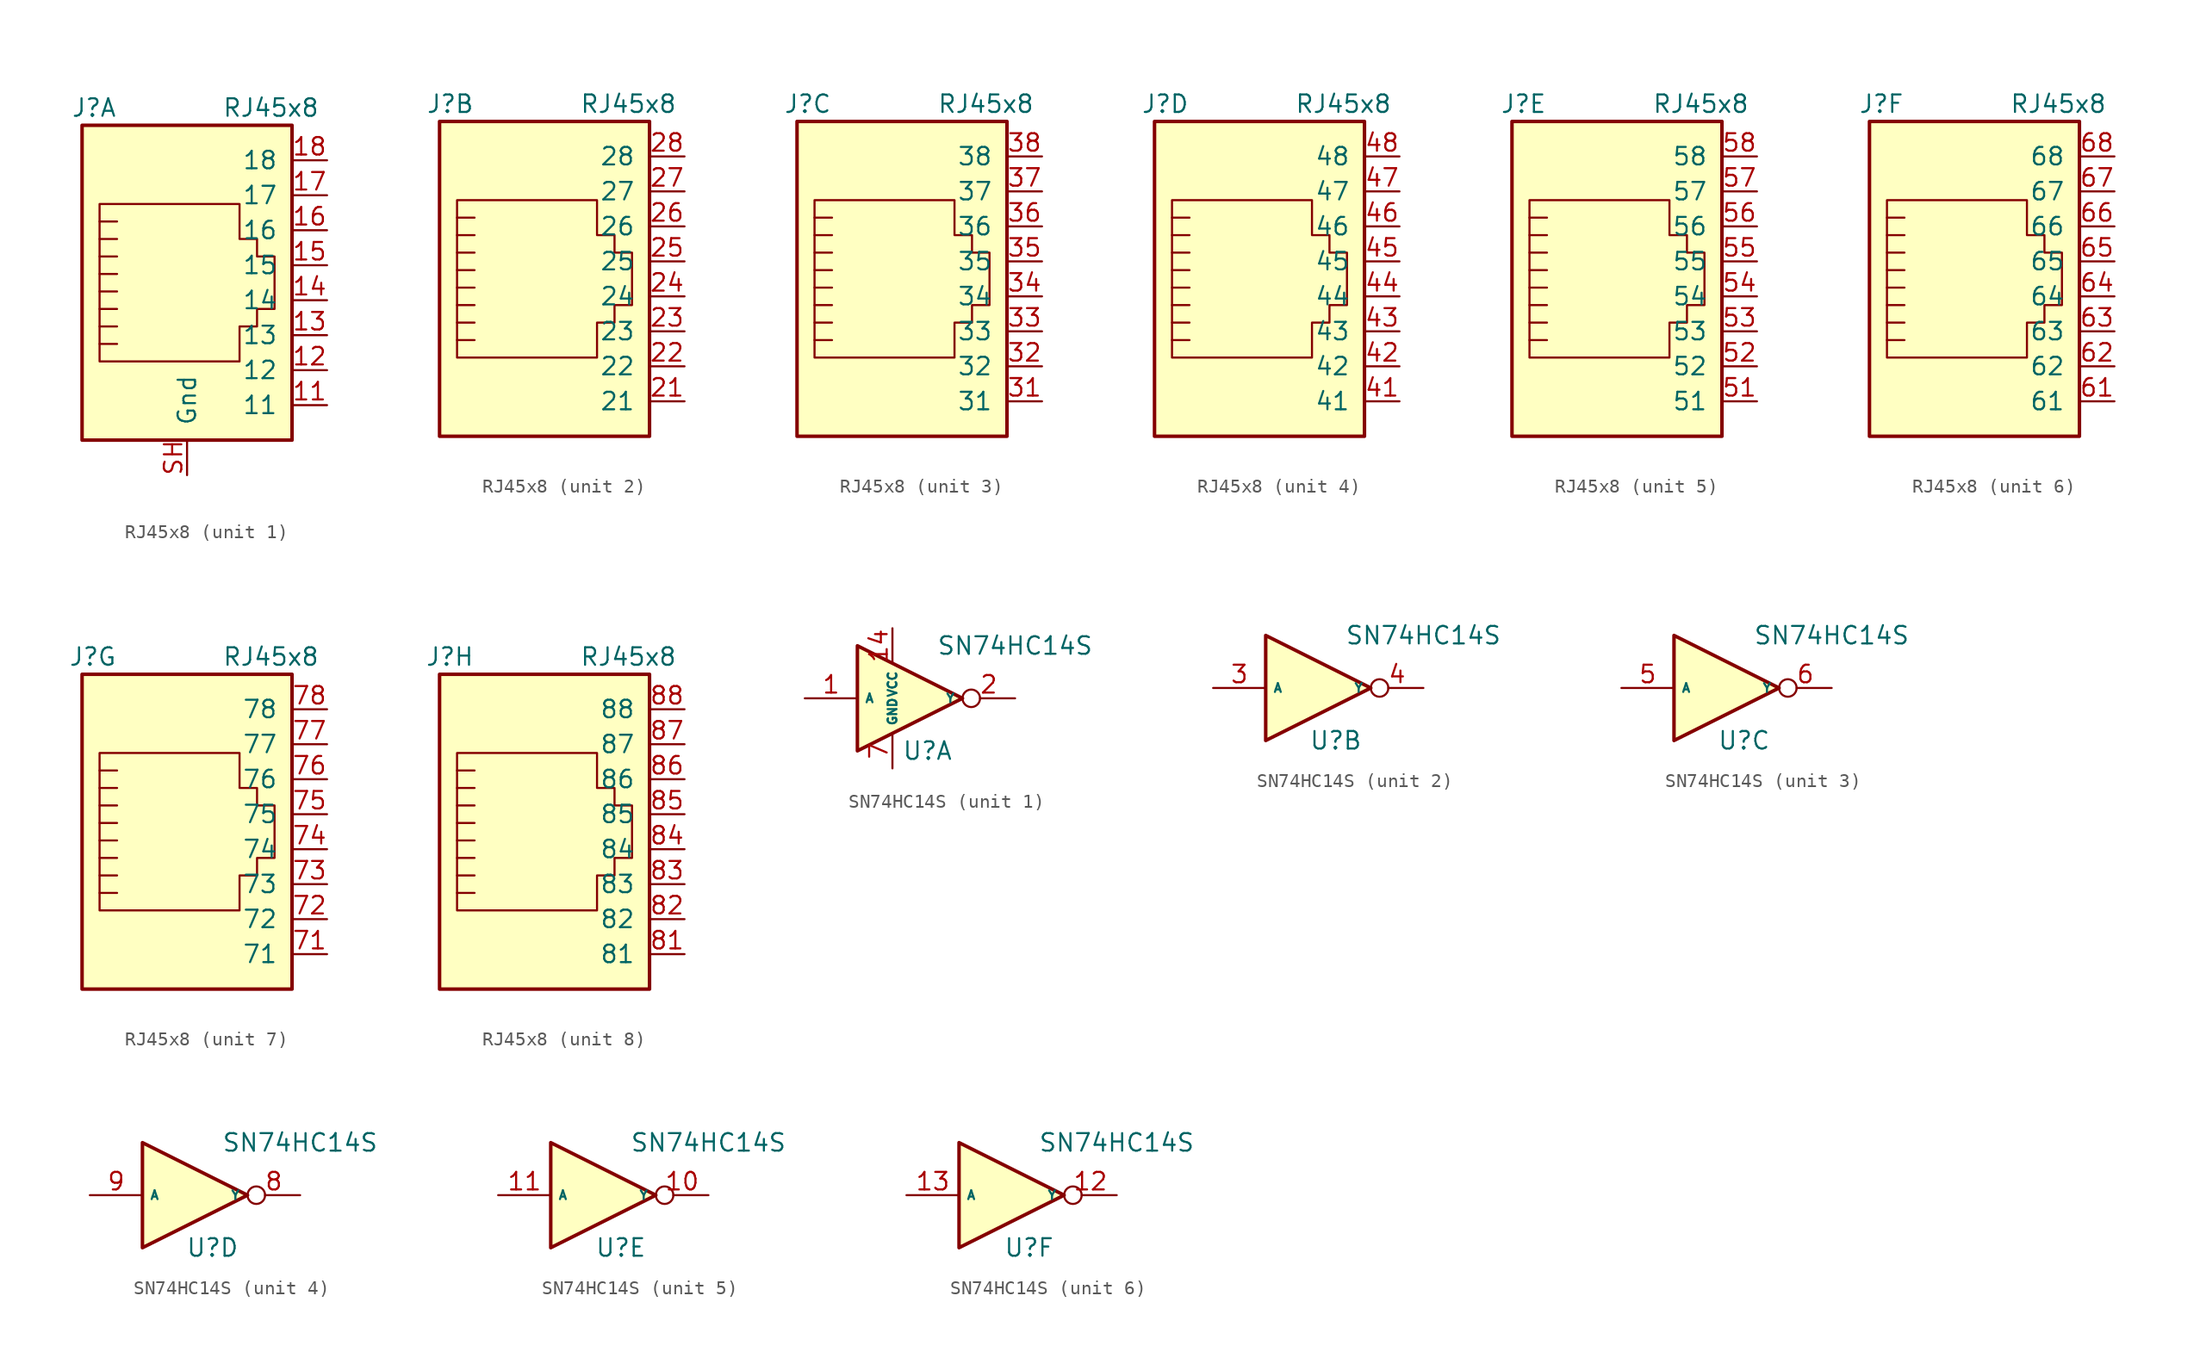
<source format=kicad_sym>
(kicad_symbol_lib
  (version 20220914)
  (generator kicad_symbol_editor)
  (symbol "RJ45x8"
    (pin_names
      (offset 1.016))
    (property "Reference" "J"
      (at -5.08 13.97 0)
      (effects (font (size 1.27 1.27)) (justify right)))
    (property "Value" "RJ45x8"
      (at 2.54 13.97 0)
      (effects (font (size 1.27 1.27)) (justify left)))
    (symbol "RJ45x8_0_1"
      (polyline (pts (xy -5.08 4.445) (xy -6.35 4.445)) (stroke (width 0) (type solid)) (fill (type none)))
      (polyline (pts (xy -5.08 5.715) (xy -6.35 5.715)) (stroke (width 0) (type solid)) (fill (type none)))
      (polyline (pts (xy -6.35 -3.175) (xy -5.08 -3.175) (xy -5.08 -3.175)) (stroke (width 0) (type solid)) (fill (type none)))
      (polyline (pts (xy -6.35 -1.905) (xy -5.08 -1.905) (xy -5.08 -1.905)) (stroke (width 0) (type solid)) (fill (type none)))
      (polyline (pts (xy -6.35 -0.635) (xy -5.08 -0.635) (xy -5.08 -0.635)) (stroke (width 0) (type solid)) (fill (type none)))
      (polyline (pts (xy -6.35 0.635) (xy -5.08 0.635) (xy -5.08 0.635)) (stroke (width 0) (type solid)) (fill (type none)))
      (polyline (pts (xy -6.35 1.905) (xy -5.08 1.905) (xy -5.08 1.905)) (stroke (width 0) (type solid)) (fill (type none)))
      (polyline (pts (xy -5.08 3.175) (xy -6.35 3.175) (xy -6.35 3.175)) (stroke (width 0) (type solid)) (fill (type none)))
      (polyline (pts (xy -6.35 -4.445) (xy -6.35 6.985) (xy 3.81 6.985) (xy 3.81 4.445) (xy 5.08 4.445) (xy 5.08 3.175) (xy 6.35 3.175) (xy 6.35 -0.635) (xy 5.08 -0.635) (xy 5.08 -1.905) (xy 3.81 -1.905) (xy 3.81 -4.445) (xy -6.35 -4.445) (xy -6.35 -4.445)) (stroke (width 0) (type solid)) (fill (type none)))
      (rectangle (start 7.62 12.7) (end -7.62 -10.16) (stroke (width 0.254) (type solid)) (fill (type background))))
    (symbol "RJ45x8_1_1"
      (pin passive line (at 10.16 -7.62 180) (length 2.54) (name "11" (effects (font (size 1.27 1.27)))) (number "11" (effects (font (size 1.27 1.27)))))
      (pin passive line (at 10.16 -5.08 180) (length 2.54) (name "12" (effects (font (size 1.27 1.27)))) (number "12" (effects (font (size 1.27 1.27)))))
      (pin passive line (at 10.16 -2.54 180) (length 2.54) (name "13" (effects (font (size 1.27 1.27)))) (number "13" (effects (font (size 1.27 1.27)))))
      (pin passive line (at 10.16 0 180) (length 2.54) (name "14" (effects (font (size 1.27 1.27)))) (number "14" (effects (font (size 1.27 1.27)))))
      (pin passive line (at 10.16 2.54 180) (length 2.54) (name "15" (effects (font (size 1.27 1.27)))) (number "15" (effects (font (size 1.27 1.27)))))
      (pin passive line (at 10.16 5.08 180) (length 2.54) (name "16" (effects (font (size 1.27 1.27)))) (number "16" (effects (font (size 1.27 1.27)))))
      (pin passive line (at 10.16 7.62 180) (length 2.54) (name "17" (effects (font (size 1.27 1.27)))) (number "17" (effects (font (size 1.27 1.27)))))
      (pin passive line (at 10.16 10.16 180) (length 2.54) (name "18" (effects (font (size 1.27 1.27)))) (number "18" (effects (font (size 1.27 1.27)))))
      (pin input line (at 0 -12.7 90) (length 2.54) (name "Gnd" (effects (font (size 1.27 1.27)))) (number "SH" (effects (font (size 1.27 1.27))))))
    (symbol "RJ45x8_2_1"
      (pin passive line (at 10.16 -7.62 180) (length 2.54) (name "21" (effects (font (size 1.27 1.27)))) (number "21" (effects (font (size 1.27 1.27)))))
      (pin passive line (at 10.16 -5.08 180) (length 2.54) (name "22" (effects (font (size 1.27 1.27)))) (number "22" (effects (font (size 1.27 1.27)))))
      (pin passive line (at 10.16 -2.54 180) (length 2.54) (name "23" (effects (font (size 1.27 1.27)))) (number "23" (effects (font (size 1.27 1.27)))))
      (pin passive line (at 10.16 0 180) (length 2.54) (name "24" (effects (font (size 1.27 1.27)))) (number "24" (effects (font (size 1.27 1.27)))))
      (pin passive line (at 10.16 2.54 180) (length 2.54) (name "25" (effects (font (size 1.27 1.27)))) (number "25" (effects (font (size 1.27 1.27)))))
      (pin passive line (at 10.16 5.08 180) (length 2.54) (name "26" (effects (font (size 1.27 1.27)))) (number "26" (effects (font (size 1.27 1.27)))))
      (pin passive line (at 10.16 7.62 180) (length 2.54) (name "27" (effects (font (size 1.27 1.27)))) (number "27" (effects (font (size 1.27 1.27)))))
      (pin passive line (at 10.16 10.16 180) (length 2.54) (name "28" (effects (font (size 1.27 1.27)))) (number "28" (effects (font (size 1.27 1.27))))))
    (symbol "RJ45x8_3_1"
      (pin passive line (at 10.16 -7.62 180) (length 2.54) (name "31" (effects (font (size 1.27 1.27)))) (number "31" (effects (font (size 1.27 1.27)))))
      (pin passive line (at 10.16 -5.08 180) (length 2.54) (name "32" (effects (font (size 1.27 1.27)))) (number "32" (effects (font (size 1.27 1.27)))))
      (pin passive line (at 10.16 -2.54 180) (length 2.54) (name "33" (effects (font (size 1.27 1.27)))) (number "33" (effects (font (size 1.27 1.27)))))
      (pin passive line (at 10.16 0 180) (length 2.54) (name "34" (effects (font (size 1.27 1.27)))) (number "34" (effects (font (size 1.27 1.27)))))
      (pin passive line (at 10.16 2.54 180) (length 2.54) (name "35" (effects (font (size 1.27 1.27)))) (number "35" (effects (font (size 1.27 1.27)))))
      (pin passive line (at 10.16 5.08 180) (length 2.54) (name "36" (effects (font (size 1.27 1.27)))) (number "36" (effects (font (size 1.27 1.27)))))
      (pin passive line (at 10.16 7.62 180) (length 2.54) (name "37" (effects (font (size 1.27 1.27)))) (number "37" (effects (font (size 1.27 1.27)))))
      (pin passive line (at 10.16 10.16 180) (length 2.54) (name "38" (effects (font (size 1.27 1.27)))) (number "38" (effects (font (size 1.27 1.27))))))
    (symbol "RJ45x8_4_1"
      (pin passive line (at 10.16 -7.62 180) (length 2.54) (name "41" (effects (font (size 1.27 1.27)))) (number "41" (effects (font (size 1.27 1.27)))))
      (pin passive line (at 10.16 -5.08 180) (length 2.54) (name "42" (effects (font (size 1.27 1.27)))) (number "42" (effects (font (size 1.27 1.27)))))
      (pin passive line (at 10.16 -2.54 180) (length 2.54) (name "43" (effects (font (size 1.27 1.27)))) (number "43" (effects (font (size 1.27 1.27)))))
      (pin passive line (at 10.16 0 180) (length 2.54) (name "44" (effects (font (size 1.27 1.27)))) (number "44" (effects (font (size 1.27 1.27)))))
      (pin passive line (at 10.16 2.54 180) (length 2.54) (name "45" (effects (font (size 1.27 1.27)))) (number "45" (effects (font (size 1.27 1.27)))))
      (pin passive line (at 10.16 5.08 180) (length 2.54) (name "46" (effects (font (size 1.27 1.27)))) (number "46" (effects (font (size 1.27 1.27)))))
      (pin passive line (at 10.16 7.62 180) (length 2.54) (name "47" (effects (font (size 1.27 1.27)))) (number "47" (effects (font (size 1.27 1.27)))))
      (pin passive line (at 10.16 10.16 180) (length 2.54) (name "48" (effects (font (size 1.27 1.27)))) (number "48" (effects (font (size 1.27 1.27))))))
    (symbol "RJ45x8_5_1"
      (pin passive line (at 10.16 -7.62 180) (length 2.54) (name "51" (effects (font (size 1.27 1.27)))) (number "51" (effects (font (size 1.27 1.27)))))
      (pin passive line (at 10.16 -5.08 180) (length 2.54) (name "52" (effects (font (size 1.27 1.27)))) (number "52" (effects (font (size 1.27 1.27)))))
      (pin passive line (at 10.16 -2.54 180) (length 2.54) (name "53" (effects (font (size 1.27 1.27)))) (number "53" (effects (font (size 1.27 1.27)))))
      (pin passive line (at 10.16 0 180) (length 2.54) (name "54" (effects (font (size 1.27 1.27)))) (number "54" (effects (font (size 1.27 1.27)))))
      (pin passive line (at 10.16 2.54 180) (length 2.54) (name "55" (effects (font (size 1.27 1.27)))) (number "55" (effects (font (size 1.27 1.27)))))
      (pin passive line (at 10.16 5.08 180) (length 2.54) (name "56" (effects (font (size 1.27 1.27)))) (number "56" (effects (font (size 1.27 1.27)))))
      (pin passive line (at 10.16 7.62 180) (length 2.54) (name "57" (effects (font (size 1.27 1.27)))) (number "57" (effects (font (size 1.27 1.27)))))
      (pin passive line (at 10.16 10.16 180) (length 2.54) (name "58" (effects (font (size 1.27 1.27)))) (number "58" (effects (font (size 1.27 1.27))))))
    (symbol "RJ45x8_6_1"
      (pin passive line (at 10.16 -7.62 180) (length 2.54) (name "61" (effects (font (size 1.27 1.27)))) (number "61" (effects (font (size 1.27 1.27)))))
      (pin passive line (at 10.16 -5.08 180) (length 2.54) (name "62" (effects (font (size 1.27 1.27)))) (number "62" (effects (font (size 1.27 1.27)))))
      (pin passive line (at 10.16 -2.54 180) (length 2.54) (name "63" (effects (font (size 1.27 1.27)))) (number "63" (effects (font (size 1.27 1.27)))))
      (pin passive line (at 10.16 0 180) (length 2.54) (name "64" (effects (font (size 1.27 1.27)))) (number "64" (effects (font (size 1.27 1.27)))))
      (pin passive line (at 10.16 2.54 180) (length 2.54) (name "65" (effects (font (size 1.27 1.27)))) (number "65" (effects (font (size 1.27 1.27)))))
      (pin passive line (at 10.16 5.08 180) (length 2.54) (name "66" (effects (font (size 1.27 1.27)))) (number "66" (effects (font (size 1.27 1.27)))))
      (pin passive line (at 10.16 7.62 180) (length 2.54) (name "67" (effects (font (size 1.27 1.27)))) (number "67" (effects (font (size 1.27 1.27)))))
      (pin passive line (at 10.16 10.16 180) (length 2.54) (name "68" (effects (font (size 1.27 1.27)))) (number "68" (effects (font (size 1.27 1.27))))))
    (symbol "RJ45x8_7_1"
      (pin passive line (at 10.16 -7.62 180) (length 2.54) (name "71" (effects (font (size 1.27 1.27)))) (number "71" (effects (font (size 1.27 1.27)))))
      (pin passive line (at 10.16 -5.08 180) (length 2.54) (name "72" (effects (font (size 1.27 1.27)))) (number "72" (effects (font (size 1.27 1.27)))))
      (pin passive line (at 10.16 -2.54 180) (length 2.54) (name "73" (effects (font (size 1.27 1.27)))) (number "73" (effects (font (size 1.27 1.27)))))
      (pin passive line (at 10.16 0 180) (length 2.54) (name "74" (effects (font (size 1.27 1.27)))) (number "74" (effects (font (size 1.27 1.27)))))
      (pin passive line (at 10.16 2.54 180) (length 2.54) (name "75" (effects (font (size 1.27 1.27)))) (number "75" (effects (font (size 1.27 1.27)))))
      (pin passive line (at 10.16 5.08 180) (length 2.54) (name "76" (effects (font (size 1.27 1.27)))) (number "76" (effects (font (size 1.27 1.27)))))
      (pin passive line (at 10.16 7.62 180) (length 2.54) (name "77" (effects (font (size 1.27 1.27)))) (number "77" (effects (font (size 1.27 1.27)))))
      (pin passive line (at 10.16 10.16 180) (length 2.54) (name "78" (effects (font (size 1.27 1.27)))) (number "78" (effects (font (size 1.27 1.27))))))
    (symbol "RJ45x8_8_1"
      (pin passive line (at 10.16 -7.62 180) (length 2.54) (name "81" (effects (font (size 1.27 1.27)))) (number "81" (effects (font (size 1.27 1.27)))))
      (pin passive line (at 10.16 -5.08 180) (length 2.54) (name "82" (effects (font (size 1.27 1.27)))) (number "82" (effects (font (size 1.27 1.27)))))
      (pin passive line (at 10.16 -2.54 180) (length 2.54) (name "83" (effects (font (size 1.27 1.27)))) (number "83" (effects (font (size 1.27 1.27)))))
      (pin passive line (at 10.16 0 180) (length 2.54) (name "84" (effects (font (size 1.27 1.27)))) (number "84" (effects (font (size 1.27 1.27)))))
      (pin passive line (at 10.16 2.54 180) (length 2.54) (name "85" (effects (font (size 1.27 1.27)))) (number "85" (effects (font (size 1.27 1.27)))))
      (pin passive line (at 10.16 5.08 180) (length 2.54) (name "86" (effects (font (size 1.27 1.27)))) (number "86" (effects (font (size 1.27 1.27)))))
      (pin passive line (at 10.16 7.62 180) (length 2.54) (name "87" (effects (font (size 1.27 1.27)))) (number "87" (effects (font (size 1.27 1.27)))))
      (pin passive line (at 10.16 10.16 180) (length 2.54) (name "88" (effects (font (size 1.27 1.27)))) (number "88" (effects (font (size 1.27 1.27)))))))
  (symbol "SN74HC14S"
    (property "Reference" "U"
      (at 1.27 -3.81 0)
      (effects (font (size 1.27 1.27))))
    (property "Value" "SN74HC14S"
      (at 7.62 3.81 0)
      (effects (font (size 1.27 1.27))))
    (property "ki_locked" ""
      (at 0 0 0)
      (effects (font (size 1.27 1.27))))
    (symbol "SN74HC14S_1_0"
      (polyline (pts (xy -3.81 3.81) (xy -3.81 -3.81) (xy 3.81 0) (xy -3.81 3.81)) (stroke (width 0.254) (type solid)) (fill (type background)))
      (pin input line (at -7.62 0 0) (length 3.81) (name "A" (effects (font (size 0.635 0.635)))) (number "1" (effects (font (size 1.27 1.27)))))
      (pin output inverted (at 7.62 0 180) (length 3.81) (name "Y" (effects (font (size 0.635 0.635)))) (number "2" (effects (font (size 1.27 1.27))))))
    (symbol "SN74HC14S_1_1"
      (pin power_in line (at -1.27 5.08 270) (length 2.54) (name "VCC" (effects (font (size 0.635 0.635)))) (number "14" (effects (font (size 1.27 1.27)))))
      (pin power_in line (at -1.27 -5.08 90) (length 2.54) (name "GND" (effects (font (size 0.635 0.635)))) (number "7" (effects (font (size 1.27 1.27))))))
    (symbol "SN74HC14S_2_0"
      (polyline (pts (xy -3.81 3.81) (xy -3.81 -3.81) (xy 3.81 0) (xy -3.81 3.81)) (stroke (width 0.254) (type solid)) (fill (type background)))
      (pin input line (at -7.62 0 0) (length 3.81) (name "A" (effects (font (size 0.635 0.635)))) (number "3" (effects (font (size 1.27 1.27)))))
      (pin output inverted (at 7.62 0 180) (length 3.81) (name "Y" (effects (font (size 0.635 0.635)))) (number "4" (effects (font (size 1.27 1.27))))))
    (symbol "SN74HC14S_3_0"
      (polyline (pts (xy -3.81 3.81) (xy -3.81 -3.81) (xy 3.81 0) (xy -3.81 3.81)) (stroke (width 0.254) (type solid)) (fill (type background)))
      (pin input line (at -7.62 0 0) (length 3.81) (name "A" (effects (font (size 0.635 0.635)))) (number "5" (effects (font (size 1.27 1.27)))))
      (pin output inverted (at 7.62 0 180) (length 3.81) (name "Y" (effects (font (size 0.635 0.635)))) (number "6" (effects (font (size 1.27 1.27))))))
    (symbol "SN74HC14S_4_0"
      (polyline (pts (xy -3.81 3.81) (xy -3.81 -3.81) (xy 3.81 0) (xy -3.81 3.81)) (stroke (width 0.254) (type solid)) (fill (type background)))
      (pin output inverted (at 7.62 0 180) (length 3.81) (name "Y" (effects (font (size 0.635 0.635)))) (number "8" (effects (font (size 1.27 1.27)))))
      (pin input line (at -7.62 0 0) (length 3.81) (name "A" (effects (font (size 0.635 0.635)))) (number "9" (effects (font (size 1.27 1.27))))))
    (symbol "SN74HC14S_5_0"
      (polyline (pts (xy -3.81 3.81) (xy -3.81 -3.81) (xy 3.81 0) (xy -3.81 3.81)) (stroke (width 0.254) (type solid)) (fill (type background)))
      (pin output inverted (at 7.62 0 180) (length 3.81) (name "Y" (effects (font (size 0.635 0.635)))) (number "10" (effects (font (size 1.27 1.27)))))
      (pin input line (at -7.62 0 0) (length 3.81) (name "A" (effects (font (size 0.635 0.635)))) (number "11" (effects (font (size 1.27 1.27))))))
    (symbol "SN74HC14S_6_0"
      (polyline (pts (xy -3.81 3.81) (xy -3.81 -3.81) (xy 3.81 0) (xy -3.81 3.81)) (stroke (width 0.254) (type solid)) (fill (type background)))
      (pin output inverted (at 7.62 0 180) (length 3.81) (name "Y" (effects (font (size 0.635 0.635)))) (number "12" (effects (font (size 1.27 1.27)))))
      (pin input line (at -7.62 0 0) (length 3.81) (name "A" (effects (font (size 0.635 0.635)))) (number "13" (effects (font (size 1.27 1.27))))))))
</source>
